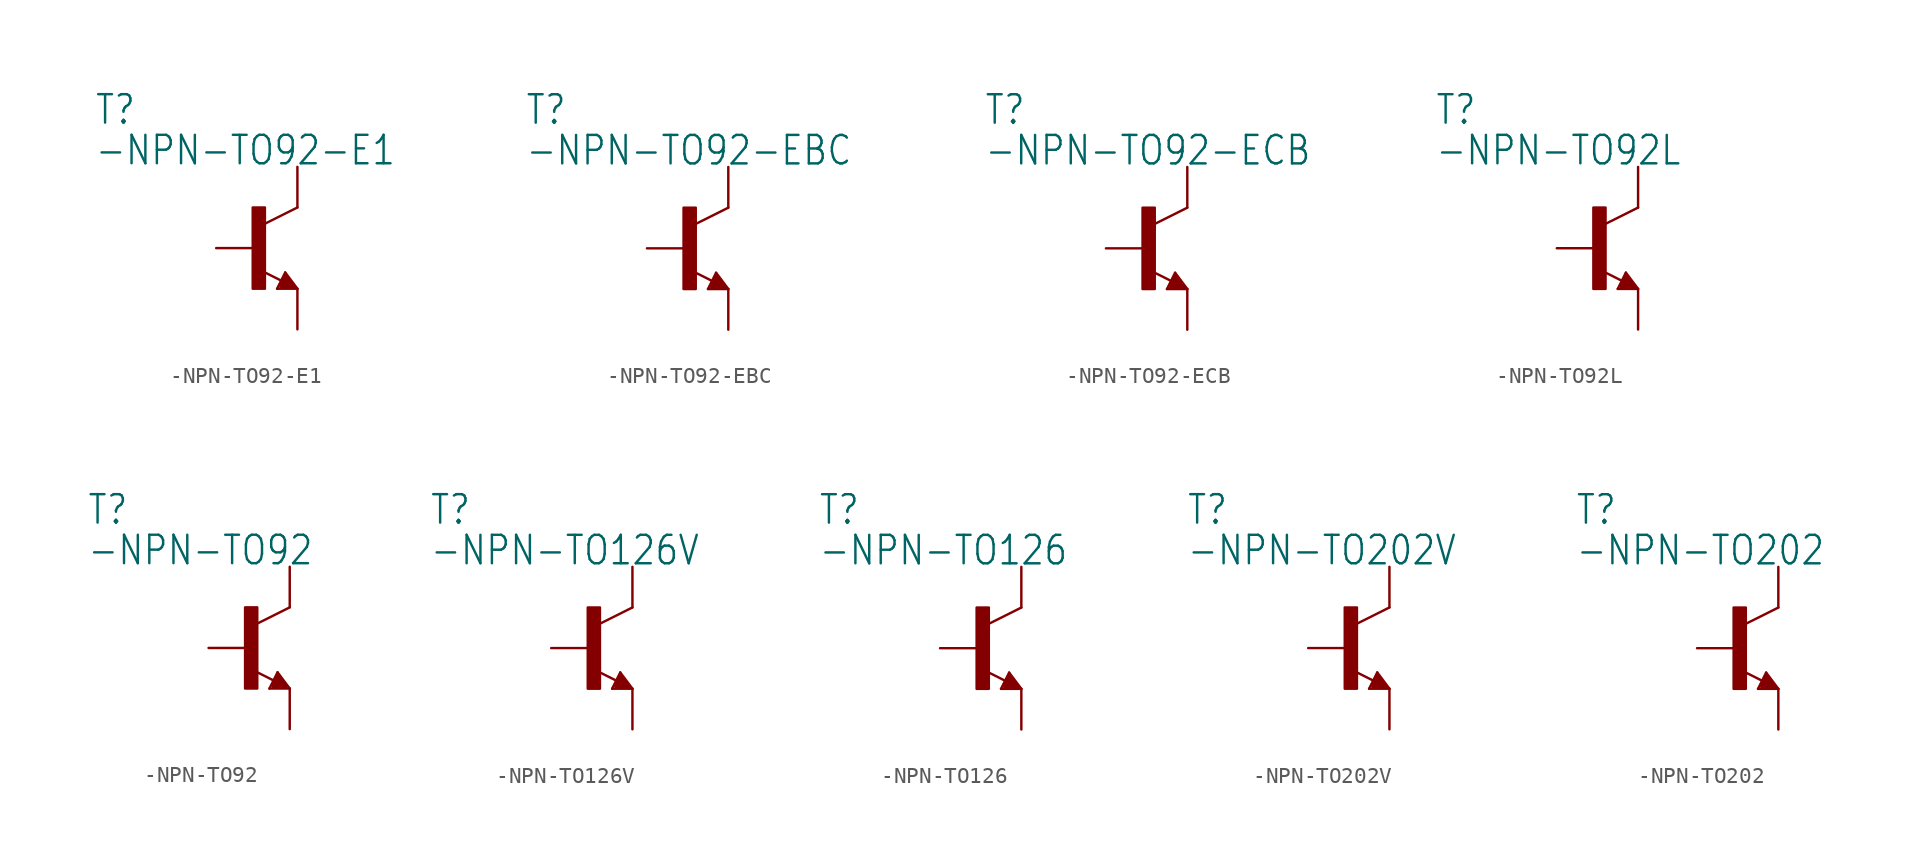
<source format=kicad_sym>
(kicad_symbol_lib
  (version 20210619)
  (generator kicad_symbol_editor)
  (symbol "-NPN-TO92-E1"
    (property "Reference" "T"
      (at -10.16 7.62 0)
      (effects (font (size 1.778 1.511)) (justify left bottom)))
    (property "Value" "-NPN-TO92-E1"
      (at -10.16 5.08 0)
      (effects (font (size 1.778 1.511)) (justify left bottom)))
    (property "ki_locked" ""
      (at 0 0 0)
      (effects (font (size 1.27 1.27))))
    (symbol "-NPN-TO92-E1_1_0"
      (rectangle (start -0.254 -2.54) (end 0.508 2.54) (stroke (width 0)) (fill (type outline)))
      (polyline (pts (xy 1.27 -2.54) (xy 1.778 -1.524)) (stroke (width 0.152)) (fill (type none)))
      (polyline (pts (xy 1.524 -2.413) (xy 2.286 -2.413)) (stroke (width 0.254)) (fill (type none)))
      (polyline (pts (xy 1.524 -2.286) (xy 1.905 -2.286)) (stroke (width 0.254)) (fill (type none)))
      (polyline (pts (xy 1.54 -2.04) (xy 0.308 -1.424)) (stroke (width 0.152)) (fill (type none)))
      (polyline (pts (xy 1.778 -1.778) (xy 1.524 -2.286)) (stroke (width 0.254)) (fill (type none)))
      (polyline (pts (xy 1.778 -1.524) (xy 2.54 -2.54)) (stroke (width 0.152)) (fill (type none)))
      (polyline (pts (xy 1.905 -2.286) (xy 1.778 -2.032)) (stroke (width 0.254)) (fill (type none)))
      (polyline (pts (xy 2.286 -2.413) (xy 1.778 -1.778)) (stroke (width 0.254)) (fill (type none)))
      (polyline (pts (xy 2.54 -2.54) (xy 1.27 -2.54)) (stroke (width 0.152)) (fill (type none)))
      (polyline (pts (xy 2.54 2.54) (xy 0.508 1.524)) (stroke (width 0.152)) (fill (type none)))
      (pin passive line (at 2.54 5.08 270) (length 2.54) (name "C" (effects (font (size 0 0)))) (number "1" (effects (font (size 0 0)))))
      (pin passive line (at -2.54 0 0) (length 2.54) (name "B" (effects (font (size 0 0)))) (number "2" (effects (font (size 0 0)))))
      (pin passive line (at 2.54 -5.08 90) (length 2.54) (name "E" (effects (font (size 0 0)))) (number "3" (effects (font (size 0 0)))))))
  (symbol "-NPN-TO92-EBC"
    (property "Reference" "T"
      (at -10.16 7.62 0)
      (effects (font (size 1.778 1.511)) (justify left bottom)))
    (property "Value" "-NPN-TO92-EBC"
      (at -10.16 5.08 0)
      (effects (font (size 1.778 1.511)) (justify left bottom)))
    (property "ki_locked" ""
      (at 0 0 0)
      (effects (font (size 1.27 1.27))))
    (symbol "-NPN-TO92-EBC_1_0"
      (rectangle (start -0.254 -2.54) (end 0.508 2.54) (stroke (width 0)) (fill (type outline)))
      (polyline (pts (xy 1.27 -2.54) (xy 1.778 -1.524)) (stroke (width 0.152)) (fill (type none)))
      (polyline (pts (xy 1.524 -2.413) (xy 2.286 -2.413)) (stroke (width 0.254)) (fill (type none)))
      (polyline (pts (xy 1.524 -2.286) (xy 1.905 -2.286)) (stroke (width 0.254)) (fill (type none)))
      (polyline (pts (xy 1.54 -2.04) (xy 0.308 -1.424)) (stroke (width 0.152)) (fill (type none)))
      (polyline (pts (xy 1.778 -1.778) (xy 1.524 -2.286)) (stroke (width 0.254)) (fill (type none)))
      (polyline (pts (xy 1.778 -1.524) (xy 2.54 -2.54)) (stroke (width 0.152)) (fill (type none)))
      (polyline (pts (xy 1.905 -2.286) (xy 1.778 -2.032)) (stroke (width 0.254)) (fill (type none)))
      (polyline (pts (xy 2.286 -2.413) (xy 1.778 -1.778)) (stroke (width 0.254)) (fill (type none)))
      (polyline (pts (xy 2.54 -2.54) (xy 1.27 -2.54)) (stroke (width 0.152)) (fill (type none)))
      (polyline (pts (xy 2.54 2.54) (xy 0.508 1.524)) (stroke (width 0.152)) (fill (type none)))
      (pin passive line (at -2.54 0 0) (length 2.54) (name "B" (effects (font (size 0 0)))) (number "B" (effects (font (size 0 0)))))
      (pin passive line (at 2.54 5.08 270) (length 2.54) (name "C" (effects (font (size 0 0)))) (number "C" (effects (font (size 0 0)))))
      (pin passive line (at 2.54 -5.08 90) (length 2.54) (name "E" (effects (font (size 0 0)))) (number "E" (effects (font (size 0 0)))))))
  (symbol "-NPN-TO92-ECB"
    (property "Reference" "T"
      (at -10.16 7.62 0)
      (effects (font (size 1.778 1.511)) (justify left bottom)))
    (property "Value" "-NPN-TO92-ECB"
      (at -10.16 5.08 0)
      (effects (font (size 1.778 1.511)) (justify left bottom)))
    (property "ki_locked" ""
      (at 0 0 0)
      (effects (font (size 1.27 1.27))))
    (symbol "-NPN-TO92-ECB_1_0"
      (rectangle (start -0.254 -2.54) (end 0.508 2.54) (stroke (width 0)) (fill (type outline)))
      (polyline (pts (xy 1.27 -2.54) (xy 1.778 -1.524)) (stroke (width 0.152)) (fill (type none)))
      (polyline (pts (xy 1.524 -2.413) (xy 2.286 -2.413)) (stroke (width 0.254)) (fill (type none)))
      (polyline (pts (xy 1.524 -2.286) (xy 1.905 -2.286)) (stroke (width 0.254)) (fill (type none)))
      (polyline (pts (xy 1.54 -2.04) (xy 0.308 -1.424)) (stroke (width 0.152)) (fill (type none)))
      (polyline (pts (xy 1.778 -1.778) (xy 1.524 -2.286)) (stroke (width 0.254)) (fill (type none)))
      (polyline (pts (xy 1.778 -1.524) (xy 2.54 -2.54)) (stroke (width 0.152)) (fill (type none)))
      (polyline (pts (xy 1.905 -2.286) (xy 1.778 -2.032)) (stroke (width 0.254)) (fill (type none)))
      (polyline (pts (xy 2.286 -2.413) (xy 1.778 -1.778)) (stroke (width 0.254)) (fill (type none)))
      (polyline (pts (xy 2.54 -2.54) (xy 1.27 -2.54)) (stroke (width 0.152)) (fill (type none)))
      (polyline (pts (xy 2.54 2.54) (xy 0.508 1.524)) (stroke (width 0.152)) (fill (type none)))
      (pin passive line (at -2.54 0 0) (length 2.54) (name "B" (effects (font (size 0 0)))) (number "B" (effects (font (size 0 0)))))
      (pin passive line (at 2.54 5.08 270) (length 2.54) (name "C" (effects (font (size 0 0)))) (number "C" (effects (font (size 0 0)))))
      (pin passive line (at 2.54 -5.08 90) (length 2.54) (name "E" (effects (font (size 0 0)))) (number "E" (effects (font (size 0 0)))))))
  (symbol "-NPN-TO92L"
    (property "Reference" "T"
      (at -10.16 7.62 0)
      (effects (font (size 1.778 1.511)) (justify left bottom)))
    (property "Value" "-NPN-TO92L"
      (at -10.16 5.08 0)
      (effects (font (size 1.778 1.511)) (justify left bottom)))
    (property "ki_locked" ""
      (at 0 0 0)
      (effects (font (size 1.27 1.27))))
    (symbol "-NPN-TO92L_1_0"
      (rectangle (start -0.254 -2.54) (end 0.508 2.54) (stroke (width 0)) (fill (type outline)))
      (polyline (pts (xy 1.27 -2.54) (xy 1.778 -1.524)) (stroke (width 0.152)) (fill (type none)))
      (polyline (pts (xy 1.524 -2.413) (xy 2.286 -2.413)) (stroke (width 0.254)) (fill (type none)))
      (polyline (pts (xy 1.524 -2.286) (xy 1.905 -2.286)) (stroke (width 0.254)) (fill (type none)))
      (polyline (pts (xy 1.54 -2.04) (xy 0.308 -1.424)) (stroke (width 0.152)) (fill (type none)))
      (polyline (pts (xy 1.778 -1.778) (xy 1.524 -2.286)) (stroke (width 0.254)) (fill (type none)))
      (polyline (pts (xy 1.778 -1.524) (xy 2.54 -2.54)) (stroke (width 0.152)) (fill (type none)))
      (polyline (pts (xy 1.905 -2.286) (xy 1.778 -2.032)) (stroke (width 0.254)) (fill (type none)))
      (polyline (pts (xy 2.286 -2.413) (xy 1.778 -1.778)) (stroke (width 0.254)) (fill (type none)))
      (polyline (pts (xy 2.54 -2.54) (xy 1.27 -2.54)) (stroke (width 0.152)) (fill (type none)))
      (polyline (pts (xy 2.54 2.54) (xy 0.508 1.524)) (stroke (width 0.152)) (fill (type none)))
      (pin passive line (at 2.54 -5.08 90) (length 2.54) (name "E" (effects (font (size 0 0)))) (number "1" (effects (font (size 0 0)))))
      (pin passive line (at -2.54 0 0) (length 2.54) (name "B" (effects (font (size 0 0)))) (number "2" (effects (font (size 0 0)))))
      (pin passive line (at 2.54 5.08 270) (length 2.54) (name "C" (effects (font (size 0 0)))) (number "3" (effects (font (size 0 0)))))))
  (symbol "-NPN-TO92"
    (property "Reference" "T"
      (at -10.16 7.62 0)
      (effects (font (size 1.778 1.511)) (justify left bottom)))
    (property "Value" "-NPN-TO92"
      (at -10.16 5.08 0)
      (effects (font (size 1.778 1.511)) (justify left bottom)))
    (property "ki_locked" ""
      (at 0 0 0)
      (effects (font (size 1.27 1.27))))
    (symbol "-NPN-TO92_1_0"
      (rectangle (start -0.254 -2.54) (end 0.508 2.54) (stroke (width 0)) (fill (type outline)))
      (polyline (pts (xy 1.27 -2.54) (xy 1.778 -1.524)) (stroke (width 0.152)) (fill (type none)))
      (polyline (pts (xy 1.524 -2.413) (xy 2.286 -2.413)) (stroke (width 0.254)) (fill (type none)))
      (polyline (pts (xy 1.524 -2.286) (xy 1.905 -2.286)) (stroke (width 0.254)) (fill (type none)))
      (polyline (pts (xy 1.54 -2.04) (xy 0.308 -1.424)) (stroke (width 0.152)) (fill (type none)))
      (polyline (pts (xy 1.778 -1.778) (xy 1.524 -2.286)) (stroke (width 0.254)) (fill (type none)))
      (polyline (pts (xy 1.778 -1.524) (xy 2.54 -2.54)) (stroke (width 0.152)) (fill (type none)))
      (polyline (pts (xy 1.905 -2.286) (xy 1.778 -2.032)) (stroke (width 0.254)) (fill (type none)))
      (polyline (pts (xy 2.286 -2.413) (xy 1.778 -1.778)) (stroke (width 0.254)) (fill (type none)))
      (polyline (pts (xy 2.54 -2.54) (xy 1.27 -2.54)) (stroke (width 0.152)) (fill (type none)))
      (polyline (pts (xy 2.54 2.54) (xy 0.508 1.524)) (stroke (width 0.152)) (fill (type none)))
      (pin passive line (at 2.54 -5.08 90) (length 2.54) (name "E" (effects (font (size 0 0)))) (number "1" (effects (font (size 0 0)))))
      (pin passive line (at -2.54 0 0) (length 2.54) (name "B" (effects (font (size 0 0)))) (number "2" (effects (font (size 0 0)))))
      (pin passive line (at 2.54 5.08 270) (length 2.54) (name "C" (effects (font (size 0 0)))) (number "3" (effects (font (size 0 0)))))))
  (symbol "-NPN-TO126V"
    (property "Reference" "T"
      (at -10.16 7.62 0)
      (effects (font (size 1.778 1.511)) (justify left bottom)))
    (property "Value" "-NPN-TO126V"
      (at -10.16 5.08 0)
      (effects (font (size 1.778 1.511)) (justify left bottom)))
    (property "ki_locked" ""
      (at 0 0 0)
      (effects (font (size 1.27 1.27))))
    (symbol "-NPN-TO126V_1_0"
      (rectangle (start -0.254 -2.54) (end 0.508 2.54) (stroke (width 0)) (fill (type outline)))
      (polyline (pts (xy 1.27 -2.54) (xy 1.778 -1.524)) (stroke (width 0.152)) (fill (type none)))
      (polyline (pts (xy 1.524 -2.413) (xy 2.286 -2.413)) (stroke (width 0.254)) (fill (type none)))
      (polyline (pts (xy 1.524 -2.286) (xy 1.905 -2.286)) (stroke (width 0.254)) (fill (type none)))
      (polyline (pts (xy 1.54 -2.04) (xy 0.308 -1.424)) (stroke (width 0.152)) (fill (type none)))
      (polyline (pts (xy 1.778 -1.778) (xy 1.524 -2.286)) (stroke (width 0.254)) (fill (type none)))
      (polyline (pts (xy 1.778 -1.524) (xy 2.54 -2.54)) (stroke (width 0.152)) (fill (type none)))
      (polyline (pts (xy 1.905 -2.286) (xy 1.778 -2.032)) (stroke (width 0.254)) (fill (type none)))
      (polyline (pts (xy 2.286 -2.413) (xy 1.778 -1.778)) (stroke (width 0.254)) (fill (type none)))
      (polyline (pts (xy 2.54 -2.54) (xy 1.27 -2.54)) (stroke (width 0.152)) (fill (type none)))
      (polyline (pts (xy 2.54 2.54) (xy 0.508 1.524)) (stroke (width 0.152)) (fill (type none)))
      (pin passive line (at 2.54 -5.08 90) (length 2.54) (name "E" (effects (font (size 0 0)))) (number "1" (effects (font (size 0 0)))))
      (pin passive line (at 2.54 5.08 270) (length 2.54) (name "C" (effects (font (size 0 0)))) (number "2" (effects (font (size 0 0)))))
      (pin passive line (at -2.54 0 0) (length 2.54) (name "B" (effects (font (size 0 0)))) (number "3" (effects (font (size 0 0)))))))
  (symbol "-NPN-TO126"
    (property "Reference" "T"
      (at -10.16 7.62 0)
      (effects (font (size 1.778 1.511)) (justify left bottom)))
    (property "Value" "-NPN-TO126"
      (at -10.16 5.08 0)
      (effects (font (size 1.778 1.511)) (justify left bottom)))
    (property "ki_locked" ""
      (at 0 0 0)
      (effects (font (size 1.27 1.27))))
    (symbol "-NPN-TO126_1_0"
      (rectangle (start -0.254 -2.54) (end 0.508 2.54) (stroke (width 0)) (fill (type outline)))
      (polyline (pts (xy 1.27 -2.54) (xy 1.778 -1.524)) (stroke (width 0.152)) (fill (type none)))
      (polyline (pts (xy 1.524 -2.413) (xy 2.286 -2.413)) (stroke (width 0.254)) (fill (type none)))
      (polyline (pts (xy 1.524 -2.286) (xy 1.905 -2.286)) (stroke (width 0.254)) (fill (type none)))
      (polyline (pts (xy 1.54 -2.04) (xy 0.308 -1.424)) (stroke (width 0.152)) (fill (type none)))
      (polyline (pts (xy 1.778 -1.778) (xy 1.524 -2.286)) (stroke (width 0.254)) (fill (type none)))
      (polyline (pts (xy 1.778 -1.524) (xy 2.54 -2.54)) (stroke (width 0.152)) (fill (type none)))
      (polyline (pts (xy 1.905 -2.286) (xy 1.778 -2.032)) (stroke (width 0.254)) (fill (type none)))
      (polyline (pts (xy 2.286 -2.413) (xy 1.778 -1.778)) (stroke (width 0.254)) (fill (type none)))
      (polyline (pts (xy 2.54 -2.54) (xy 1.27 -2.54)) (stroke (width 0.152)) (fill (type none)))
      (polyline (pts (xy 2.54 2.54) (xy 0.508 1.524)) (stroke (width 0.152)) (fill (type none)))
      (pin passive line (at 2.54 -5.08 90) (length 2.54) (name "E" (effects (font (size 0 0)))) (number "1" (effects (font (size 0 0)))))
      (pin passive line (at 2.54 5.08 270) (length 2.54) (name "C" (effects (font (size 0 0)))) (number "2" (effects (font (size 0 0)))))
      (pin passive line (at -2.54 0 0) (length 2.54) (name "B" (effects (font (size 0 0)))) (number "3" (effects (font (size 0 0)))))))
  (symbol "-NPN-TO202V"
    (property "Reference" "T"
      (at -10.16 7.62 0)
      (effects (font (size 1.778 1.511)) (justify left bottom)))
    (property "Value" "-NPN-TO202V"
      (at -10.16 5.08 0)
      (effects (font (size 1.778 1.511)) (justify left bottom)))
    (property "ki_locked" ""
      (at 0 0 0)
      (effects (font (size 1.27 1.27))))
    (symbol "-NPN-TO202V_1_0"
      (rectangle (start -0.254 -2.54) (end 0.508 2.54) (stroke (width 0)) (fill (type outline)))
      (polyline (pts (xy 1.27 -2.54) (xy 1.778 -1.524)) (stroke (width 0.152)) (fill (type none)))
      (polyline (pts (xy 1.524 -2.413) (xy 2.286 -2.413)) (stroke (width 0.254)) (fill (type none)))
      (polyline (pts (xy 1.524 -2.286) (xy 1.905 -2.286)) (stroke (width 0.254)) (fill (type none)))
      (polyline (pts (xy 1.54 -2.04) (xy 0.308 -1.424)) (stroke (width 0.152)) (fill (type none)))
      (polyline (pts (xy 1.778 -1.778) (xy 1.524 -2.286)) (stroke (width 0.254)) (fill (type none)))
      (polyline (pts (xy 1.778 -1.524) (xy 2.54 -2.54)) (stroke (width 0.152)) (fill (type none)))
      (polyline (pts (xy 1.905 -2.286) (xy 1.778 -2.032)) (stroke (width 0.254)) (fill (type none)))
      (polyline (pts (xy 2.286 -2.413) (xy 1.778 -1.778)) (stroke (width 0.254)) (fill (type none)))
      (polyline (pts (xy 2.54 -2.54) (xy 1.27 -2.54)) (stroke (width 0.152)) (fill (type none)))
      (polyline (pts (xy 2.54 2.54) (xy 0.508 1.524)) (stroke (width 0.152)) (fill (type none)))
      (pin passive line (at 2.54 -5.08 90) (length 2.54) (name "E" (effects (font (size 0 0)))) (number "1" (effects (font (size 0 0)))))
      (pin passive line (at 2.54 5.08 270) (length 2.54) (name "C" (effects (font (size 0 0)))) (number "2" (effects (font (size 0 0)))))
      (pin passive line (at -2.54 0 0) (length 2.54) (name "B" (effects (font (size 0 0)))) (number "3" (effects (font (size 0 0)))))))
  (symbol "-NPN-TO202"
    (property "Reference" "T"
      (at -10.16 7.62 0)
      (effects (font (size 1.778 1.511)) (justify left bottom)))
    (property "Value" "-NPN-TO202"
      (at -10.16 5.08 0)
      (effects (font (size 1.778 1.511)) (justify left bottom)))
    (property "ki_locked" ""
      (at 0 0 0)
      (effects (font (size 1.27 1.27))))
    (symbol "-NPN-TO202_1_0"
      (rectangle (start -0.254 -2.54) (end 0.508 2.54) (stroke (width 0)) (fill (type outline)))
      (polyline (pts (xy 1.27 -2.54) (xy 1.778 -1.524)) (stroke (width 0.152)) (fill (type none)))
      (polyline (pts (xy 1.524 -2.413) (xy 2.286 -2.413)) (stroke (width 0.254)) (fill (type none)))
      (polyline (pts (xy 1.524 -2.286) (xy 1.905 -2.286)) (stroke (width 0.254)) (fill (type none)))
      (polyline (pts (xy 1.54 -2.04) (xy 0.308 -1.424)) (stroke (width 0.152)) (fill (type none)))
      (polyline (pts (xy 1.778 -1.778) (xy 1.524 -2.286)) (stroke (width 0.254)) (fill (type none)))
      (polyline (pts (xy 1.778 -1.524) (xy 2.54 -2.54)) (stroke (width 0.152)) (fill (type none)))
      (polyline (pts (xy 1.905 -2.286) (xy 1.778 -2.032)) (stroke (width 0.254)) (fill (type none)))
      (polyline (pts (xy 2.286 -2.413) (xy 1.778 -1.778)) (stroke (width 0.254)) (fill (type none)))
      (polyline (pts (xy 2.54 -2.54) (xy 1.27 -2.54)) (stroke (width 0.152)) (fill (type none)))
      (polyline (pts (xy 2.54 2.54) (xy 0.508 1.524)) (stroke (width 0.152)) (fill (type none)))
      (pin passive line (at 2.54 -5.08 90) (length 2.54) (name "E" (effects (font (size 0 0)))) (number "1" (effects (font (size 0 0)))))
      (pin passive line (at 2.54 5.08 270) (length 2.54) (name "C" (effects (font (size 0 0)))) (number "2" (effects (font (size 0 0)))))
      (pin passive line (at -2.54 0 0) (length 2.54) (name "B" (effects (font (size 0 0)))) (number "3" (effects (font (size 0 0))))))))
</source>
